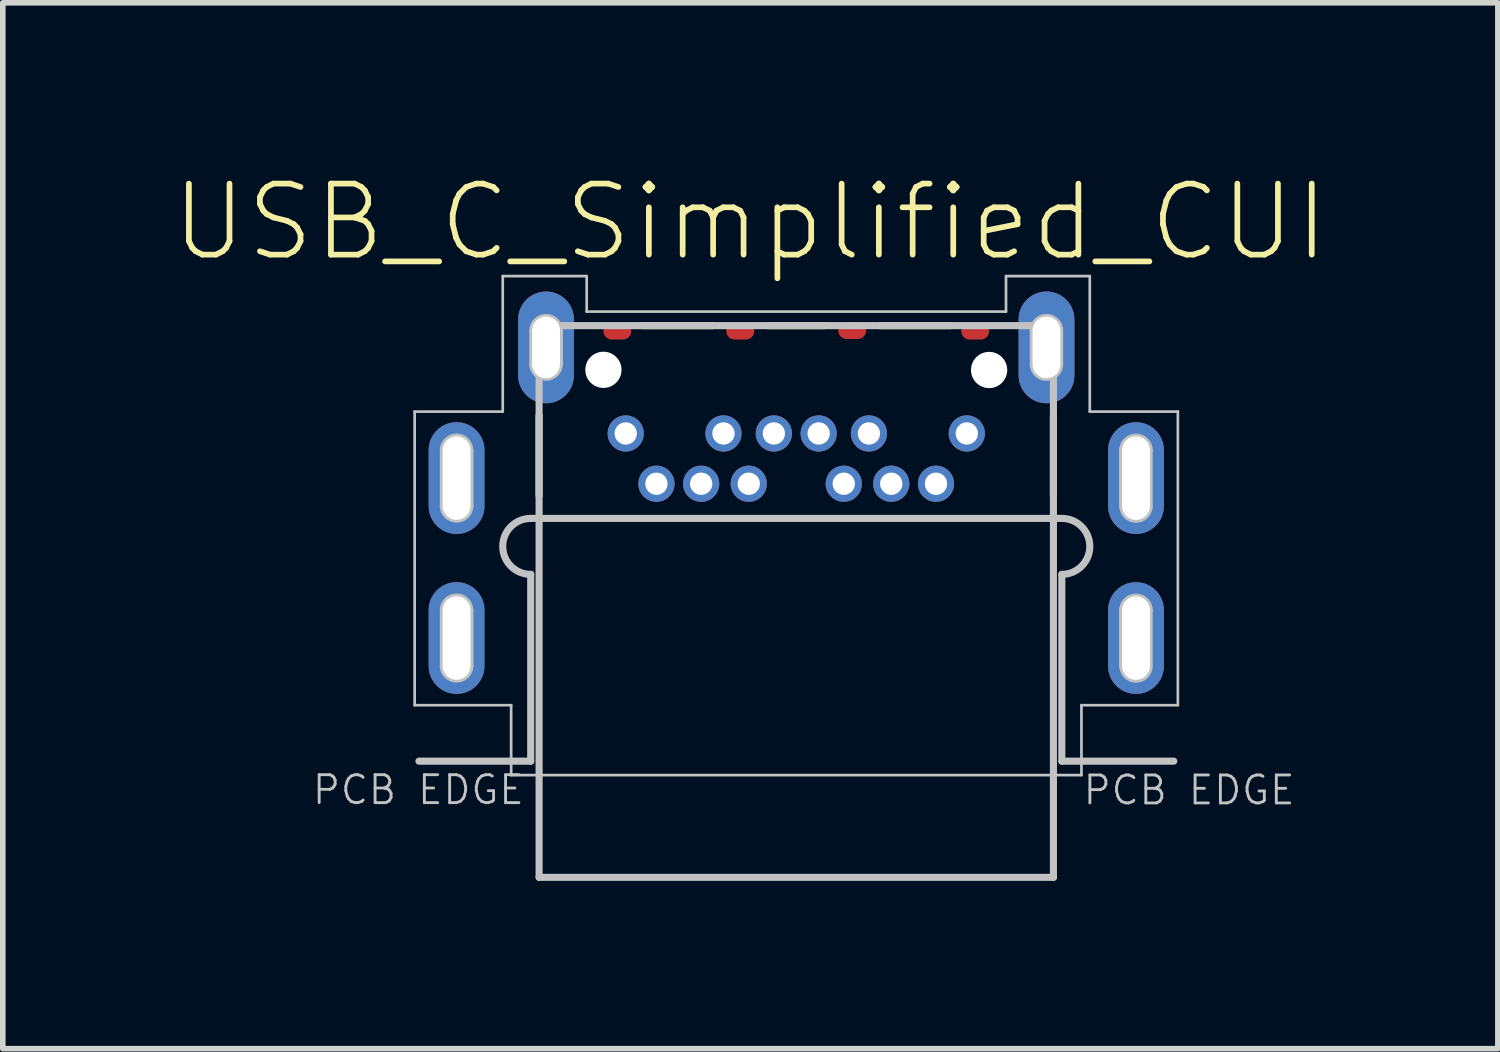
<source format=kicad_pcb>
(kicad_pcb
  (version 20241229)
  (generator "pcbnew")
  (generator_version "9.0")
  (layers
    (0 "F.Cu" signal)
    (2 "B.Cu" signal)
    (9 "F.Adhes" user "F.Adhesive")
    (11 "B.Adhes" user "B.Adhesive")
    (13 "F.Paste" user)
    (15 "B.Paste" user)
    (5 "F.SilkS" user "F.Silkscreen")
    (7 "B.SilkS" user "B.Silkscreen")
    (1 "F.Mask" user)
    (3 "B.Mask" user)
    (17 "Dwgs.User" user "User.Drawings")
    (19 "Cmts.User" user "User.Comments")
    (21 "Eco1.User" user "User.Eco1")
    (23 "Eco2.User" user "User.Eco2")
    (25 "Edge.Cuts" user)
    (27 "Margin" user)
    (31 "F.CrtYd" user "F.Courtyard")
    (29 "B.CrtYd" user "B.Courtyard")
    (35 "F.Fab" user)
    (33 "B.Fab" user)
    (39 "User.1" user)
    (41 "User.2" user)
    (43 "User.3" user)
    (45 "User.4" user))
  (footprint "USB_C_Simplified_CUI"
    (layer "F.Cu")
    (at 8.439 3.591)
    (property "Reference" "USB_C_Simplified_CUI" (at 1.928 -2.67 0) (layer "F.SilkS") (effects (font (size 1.27 1.27) (thickness 0.102))))
    (attr smd)
    (fp_poly (pts (xy -2.098 6.97) (xy -2.098 3.729) (xy -2.228 3.696) (xy -2.347 3.635) (xy -2.449 3.551) (xy -2.53 3.447) (xy -2.588 3.325) (xy -2.616 3.195) (xy -2.616 3.063) (xy -2.588 2.931) (xy -2.53 2.812) (xy -2.449 2.708) (xy -2.347 2.621) (xy -2.228 2.563) (xy -2.098 2.53) (xy 7.6 2.53) (xy 7.727 2.563) (xy 7.846 2.621) (xy 7.95 2.708) (xy 8.031 2.812) (xy 8.087 2.931) (xy 8.118 3.063) (xy 8.118 3.195) (xy 8.087 3.325) (xy 8.031 3.447) (xy 7.95 3.551) (xy 7.846 3.635) (xy 7.727 3.696) (xy 7.6 3.729) (xy 7.6 6.97) (xy -2.098 6.97)) (stroke (width 0.048) (type solid)) (fill yes) (layer "F.Mask"))
    (fp_poly (pts (xy -2.098 6.97) (xy -2.098 3.729) (xy -2.228 3.696) (xy -2.347 3.635) (xy -2.449 3.551) (xy -2.53 3.447) (xy -2.588 3.325) (xy -2.616 3.195) (xy -2.616 3.063) (xy -2.588 2.931) (xy -2.53 2.812) (xy -2.449 2.708) (xy -2.347 2.621) (xy -2.228 2.563) (xy -2.098 2.53) (xy 7.6 2.53) (xy 7.727 2.563) (xy 7.846 2.621) (xy 7.95 2.708) (xy 8.031 2.812) (xy 8.087 2.931) (xy 8.118 3.063) (xy 8.118 3.195) (xy 8.087 3.325) (xy 8.031 3.447) (xy 7.95 3.551) (xy 7.846 3.635) (xy 7.727 3.696) (xy 7.6 3.729) (xy 7.6 6.97) (xy -2.098 6.97)) (stroke (width 0.048) (type solid)) (fill yes) (layer "B.Mask"))
    (fp_line (start -1.849 2.22) (end -1.849 0.79) (stroke (width 0.127) (type solid)) (layer "F.SilkS"))
    (fp_line (start 0 -0.818) (end 1.25 -0.818) (stroke (width 0.127) (type solid)) (layer "F.SilkS"))
    (fp_line (start 2.248 -0.818) (end 3.249 -0.818) (stroke (width 0.127) (type solid)) (layer "F.SilkS"))
    (fp_line (start 4.249 -0.818) (end 5.499 -0.818) (stroke (width 0.127) (type solid)) (layer "F.SilkS"))
    (fp_line (start 7.348 0.79) (end 7.348 2.22) (stroke (width 0.127) (type solid)) (layer "F.SilkS"))
    (fp_line (start -4.074 0.719) (end -2.499 0.719) (stroke (width 0.048) (type solid)) (layer "Dwgs.User"))
    (fp_line (start -4.074 5.969) (end -4.074 0.719) (stroke (width 0.048) (type solid)) (layer "Dwgs.User"))
    (fp_line (start -3.574 1.41) (end -3.574 2.408) (stroke (width 0.1) (type solid)) (layer "Dwgs.User"))
    (fp_line (start -3.574 4.27) (end -3.574 5.268) (stroke (width 0.1) (type solid)) (layer "Dwgs.User"))
    (fp_line (start -3.073 1.41) (end -3.073 2.408) (stroke (width 0.1) (type solid)) (layer "Dwgs.User"))
    (fp_line (start -3.073 4.27) (end -3.073 5.268) (stroke (width 0.1) (type solid)) (layer "Dwgs.User"))
    (fp_line (start -2.499 -1.704) (end -0.998 -1.704) (stroke (width 0.048) (type solid)) (layer "Dwgs.User"))
    (fp_line (start -2.499 0.719) (end -2.499 -1.704) (stroke (width 0.048) (type solid)) (layer "Dwgs.User"))
    (fp_line (start -2.349 5.969) (end -4.074 5.969) (stroke (width 0.048) (type solid)) (layer "Dwgs.User"))
    (fp_line (start -2.349 7.219) (end -2.349 5.969) (stroke (width 0.048) (type solid)) (layer "Dwgs.User"))
    (fp_line (start -1.999 2.629) (end 7.498 2.629) (stroke (width 0.1) (type solid)) (layer "Dwgs.User"))
    (fp_line (start -1.999 2.629) (end 7.498 2.629) (stroke (width 0.127) (type solid)) (layer "Dwgs.User"))
    (fp_line (start -1.999 3.63) (end -1.999 6.97) (stroke (width 0.1) (type solid)) (layer "Dwgs.User"))
    (fp_line (start -1.999 3.63) (end -1.999 6.97) (stroke (width 0.127) (type solid)) (layer "Dwgs.User"))
    (fp_line (start -1.999 6.97) (end -3.998 6.97) (stroke (width 0.127) (type solid)) (layer "Dwgs.User"))
    (fp_line (start -1.974 -0.729) (end -1.974 -0.13) (stroke (width 0.1) (type solid)) (layer "Dwgs.User"))
    (fp_line (start -1.849 -0.818) (end -1.849 9.047) (stroke (width 0.127) (type solid)) (layer "Dwgs.User"))
    (fp_line (start -1.849 -0.818) (end 7.348 -0.818) (stroke (width 0.127) (type solid)) (layer "Dwgs.User"))
    (fp_line (start -1.849 9.047) (end 7.348 9.047) (stroke (width 0.127) (type solid)) (layer "Dwgs.User"))
    (fp_line (start -1.473 -0.729) (end -1.473 -0.13) (stroke (width 0.1) (type solid)) (layer "Dwgs.User"))
    (fp_line (start -0.998 -1.704) (end -0.998 -1.069) (stroke (width 0.048) (type solid)) (layer "Dwgs.User"))
    (fp_line (start -0.998 -1.069) (end 6.5 -1.069) (stroke (width 0.048) (type solid)) (layer "Dwgs.User"))
    (fp_line (start 6.5 -1.704) (end 7.998 -1.704) (stroke (width 0.048) (type solid)) (layer "Dwgs.User"))
    (fp_line (start 6.5 -1.069) (end 6.5 -1.704) (stroke (width 0.048) (type solid)) (layer "Dwgs.User"))
    (fp_line (start 6.975 -0.729) (end 6.975 -0.13) (stroke (width 0.1) (type solid)) (layer "Dwgs.User"))
    (fp_line (start 7.348 -0.818) (end 7.348 9.047) (stroke (width 0.127) (type solid)) (layer "Dwgs.User"))
    (fp_line (start 7.473 -0.729) (end 7.473 -0.13) (stroke (width 0.1) (type solid)) (layer "Dwgs.User"))
    (fp_line (start 7.498 3.63) (end 7.498 6.97) (stroke (width 0.1) (type solid)) (layer "Dwgs.User"))
    (fp_line (start 7.498 3.63) (end 7.498 6.97) (stroke (width 0.127) (type solid)) (layer "Dwgs.User"))
    (fp_line (start 7.498 6.97) (end 9.5 6.97) (stroke (width 0.127) (type solid)) (layer "Dwgs.User"))
    (fp_line (start 7.849 5.969) (end 7.849 7.219) (stroke (width 0.048) (type solid)) (layer "Dwgs.User"))
    (fp_line (start 7.849 7.219) (end -2.349 7.219) (stroke (width 0.048) (type solid)) (layer "Dwgs.User"))
    (fp_line (start 7.998 -1.704) (end 7.998 0.719) (stroke (width 0.048) (type solid)) (layer "Dwgs.User"))
    (fp_line (start 7.998 0.719) (end 9.573 0.719) (stroke (width 0.048) (type solid)) (layer "Dwgs.User"))
    (fp_line (start 8.572 1.41) (end 8.572 2.408) (stroke (width 0.1) (type solid)) (layer "Dwgs.User"))
    (fp_line (start 8.572 4.27) (end 8.572 5.268) (stroke (width 0.1) (type solid)) (layer "Dwgs.User"))
    (fp_line (start 9.073 1.41) (end 9.073 2.408) (stroke (width 0.1) (type solid)) (layer "Dwgs.User"))
    (fp_line (start 9.073 4.27) (end 9.073 5.268) (stroke (width 0.1) (type solid)) (layer "Dwgs.User"))
    (fp_line (start 9.573 0.719) (end 9.573 5.969) (stroke (width 0.048) (type solid)) (layer "Dwgs.User"))
    (fp_line (start 9.573 5.969) (end 7.849 5.969) (stroke (width 0.048) (type solid)) (layer "Dwgs.User"))
    (fp_arc (start -3.57378 1.4097) (mid -3.32486 1.16078) (end -3.07594 1.4097) (stroke (width 0.1) (type solid)) (layer "Dwgs.User"))
    (fp_arc (start -3.57378 4.26974) (mid -3.32486 4.02082) (end -3.07594 4.26974) (stroke (width 0.1) (type solid)) (layer "Dwgs.User"))
    (fp_arc (start -3.0734 2.40792) (mid -3.32486 2.65938) (end -3.57632 2.40792) (stroke (width 0.1) (type solid)) (layer "Dwgs.User"))
    (fp_arc (start -3.0734 5.26796) (mid -3.32486 5.51942) (end -3.57632 5.26796) (stroke (width 0.1) (type solid)) (layer "Dwgs.User"))
    (fp_arc (start -1.99898 3.62966) (mid -2.49936 3.12928) (end -1.99898 2.6289) (stroke (width 0.1) (type solid)) (layer "Dwgs.User"))
    (fp_arc (start -1.99898 3.62966) (mid -2.49936 3.12928) (end -1.99898 2.6289) (stroke (width 0.127) (type solid)) (layer "Dwgs.User"))
    (fp_arc (start -1.97358 -0.72898) (mid -1.72466 -0.9779) (end -1.47574 -0.72898) (stroke (width 0.1) (type solid)) (layer "Dwgs.User"))
    (fp_arc (start -1.4732 -0.12954) (mid -1.72466 0.12192) (end -1.97612 -0.12954) (stroke (width 0.1) (type solid)) (layer "Dwgs.User"))
    (fp_arc (start 6.97484 -0.72898) (mid 7.22376 -0.9779) (end 7.47268 -0.72898) (stroke (width 0.1) (type solid)) (layer "Dwgs.User"))
    (fp_arc (start 7.47268 -0.12954) (mid 7.22376 0.11938) (end 6.97484 -0.12954) (stroke (width 0.1) (type solid)) (layer "Dwgs.User"))
    (fp_arc (start 7.49808 2.6289) (mid 7.99846 3.12928) (end 7.49808 3.62966) (stroke (width 0.1) (type solid)) (layer "Dwgs.User"))
    (fp_arc (start 7.49808 2.6289) (mid 7.99846 3.12928) (end 7.49808 3.62966) (stroke (width 0.127) (type solid)) (layer "Dwgs.User"))
    (fp_arc (start 8.5725 1.4097) (mid 8.82396 1.15824) (end 9.07542 1.4097) (stroke (width 0.1) (type solid)) (layer "Dwgs.User"))
    (fp_arc (start 8.5725 4.26974) (mid 8.82396 4.01828) (end 9.07542 4.26974) (stroke (width 0.1) (type solid)) (layer "Dwgs.User"))
    (fp_arc (start 9.07288 2.40792) (mid 8.82396 2.65684) (end 8.57504 2.40792) (stroke (width 0.1) (type solid)) (layer "Dwgs.User"))
    (fp_arc (start 9.07288 5.26796) (mid 8.82396 5.51688) (end 8.57504 5.26796) (stroke (width 0.1) (type solid)) (layer "Dwgs.User"))
    (fp_text user "PCB EDGE" (at -4.008 7.483 0) (layer "Dwgs.User") (effects (font (size 0.5 0.5) (thickness 0.051))))
    (fp_text user "PCB EDGE" (at 9.774 7.488 0) (layer "Dwgs.User") (effects (font (size 0.5 0.5) (thickness 0.051))))
    (pad "" np_thru_hole circle (at -0.699 -0.028) (size 0.648 0.648) (drill 0.648) (layers "*.Cu" "*.Mask"))
    (pad "" np_thru_hole circle (at 6.198 -0.025) (size 0.648 0.648) (drill 0.648) (layers "*.Cu" "*.Mask"))
    (pad "B1" thru_hole circle (at 5.799 1.11) (size 0.648 0.648) (drill 0.399) (layers "*.Cu" "*.Paste" "*.Mask"))
    (pad "B2" thru_hole circle (at 5.248 2.009) (size 0.648 0.648) (drill 0.399) (layers "*.Cu" "*.Paste" "*.Mask"))
    (pad "B3" thru_hole circle (at 4.448 2.009) (size 0.648 0.648) (drill 0.399) (layers "*.Cu" "*.Paste" "*.Mask"))
    (pad "B4" thru_hole circle (at 4.049 1.11) (size 0.648 0.648) (drill 0.399) (layers "*.Cu" "*.Paste" "*.Mask"))
    (pad "B5" thru_hole circle (at 3.599 2.009) (size 0.648 0.648) (drill 0.399) (layers "*.Cu" "*.Paste" "*.Mask"))
    (pad "B6" thru_hole circle (at 3.15 1.11) (size 0.648 0.648) (drill 0.399) (layers "*.Cu" "*.Paste" "*.Mask"))
    (pad "B7" thru_hole circle (at 2.349 1.11) (size 0.648 0.648) (drill 0.399) (layers "*.Cu" "*.Paste" "*.Mask"))
    (pad "B8" thru_hole circle (at 1.9 2.009) (size 0.648 0.648) (drill 0.399) (layers "*.Cu" "*.Paste" "*.Mask"))
    (pad "B9" thru_hole circle (at 1.448 1.11) (size 0.648 0.648) (drill 0.399) (layers "*.Cu" "*.Paste" "*.Mask"))
    (pad "B10" thru_hole circle (at 1.049 2.009) (size 0.648 0.648) (drill 0.399) (layers "*.Cu" "*.Paste" "*.Mask"))
    (pad "B11" thru_hole circle (at 0.249 2.009) (size 0.648 0.648) (drill 0.399) (layers "*.Cu" "*.Paste" "*.Mask"))
    (pad "B12" thru_hole circle (at -0.3 1.11) (size 0.648 0.648) (drill 0.399) (layers "*.Cu" "*.Paste" "*.Mask"))
    (pad "SH1" thru_hole oval (at -1.725 -0.429 180) (size 0.998 1.999) (drill oval 0.498 1.102) (layers "*.Cu" "*.Paste" "*.Mask"))
    (pad "SH2" thru_hole oval (at 7.224 -0.429 180) (size 0.998 1.999) (drill oval 0.498 1.102) (layers "*.Cu" "*.Paste" "*.Mask"))
    (pad "SH3" thru_hole oval (at -3.325 1.908 180) (size 0.998 1.999) (drill oval 0.498 1.494) (layers "*.Cu" "*.Paste" "*.Mask"))
    (pad "SH4" thru_hole oval (at 8.824 1.908 180) (size 0.998 1.999) (drill oval 0.498 1.494) (layers "*.Cu" "*.Paste" "*.Mask"))
    (pad "SH5" thru_hole oval (at -3.325 4.768 180) (size 0.998 1.999) (drill oval 0.498 1.494) (layers "*.Cu" "*.Paste" "*.Mask"))
    (pad "SH6" thru_hole oval (at 8.824 4.768 180) (size 0.998 1.999) (drill oval 0.498 1.494) (layers "*.Cu" "*.Paste" "*.Mask"))
    (pad "SH7" smd oval (at -0.45 -0.719) (size 0.498 0.3) (layers "F.Cu" "F.Mask" "F.Paste"))
    (pad "SH8" smd oval (at 1.748 -0.719) (size 0.498 0.3) (layers "F.Cu" "F.Mask" "F.Paste"))
    (pad "SH9" smd oval (at 3.749 -0.729) (size 0.498 0.3) (layers "F.Cu" "F.Mask" "F.Paste"))
    (pad "SH10" smd oval (at 5.949 -0.719) (size 0.498 0.3) (layers "F.Cu" "F.Mask" "F.Paste")))
  (gr_rect
    (start -3 -3)
    (end 23.734 15.702)
    (stroke (width 0.1) (type default))
    (fill no)
    (layer "Edge.Cuts")))
</source>
